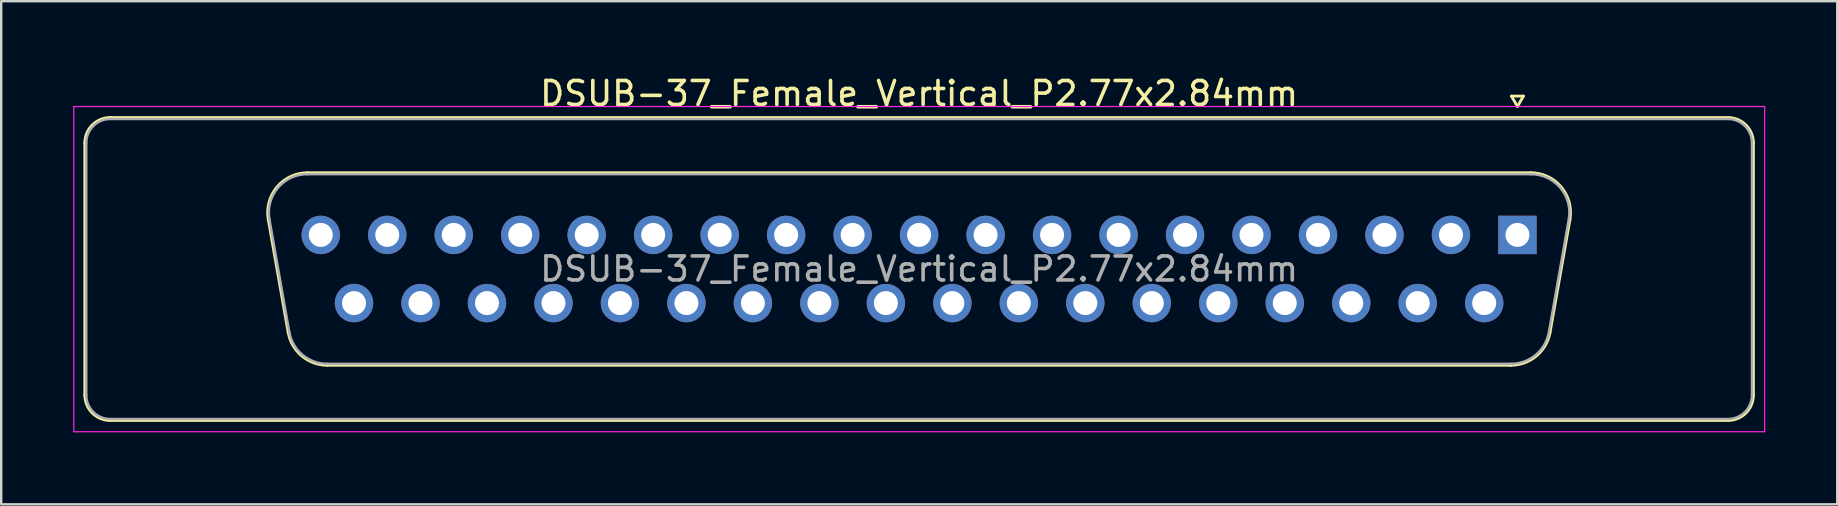
<source format=kicad_pcb>
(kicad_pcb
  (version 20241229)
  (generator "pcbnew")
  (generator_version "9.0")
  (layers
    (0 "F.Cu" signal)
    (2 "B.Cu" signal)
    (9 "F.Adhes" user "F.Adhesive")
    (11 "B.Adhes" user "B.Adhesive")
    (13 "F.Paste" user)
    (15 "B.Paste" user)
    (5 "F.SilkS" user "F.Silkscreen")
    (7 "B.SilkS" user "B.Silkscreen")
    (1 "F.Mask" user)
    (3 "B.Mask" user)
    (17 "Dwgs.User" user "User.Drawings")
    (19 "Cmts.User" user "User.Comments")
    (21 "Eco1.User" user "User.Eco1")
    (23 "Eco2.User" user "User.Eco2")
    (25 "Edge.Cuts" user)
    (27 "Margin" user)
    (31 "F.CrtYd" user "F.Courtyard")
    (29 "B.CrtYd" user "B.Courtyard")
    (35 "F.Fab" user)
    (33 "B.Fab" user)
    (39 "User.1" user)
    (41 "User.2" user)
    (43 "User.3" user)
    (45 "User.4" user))
  (footprint "DSUB-37_Female_Vertical_P2.77x2.84mm"
    (layer "F.Cu")
    (at 60.175 6.738)
    (property "Reference" "DSUB-37_Female_Vertical_P2.77x2.84mm" (at -24.93 -5.89 0) (layer "F.SilkS") (effects (font (size 1 1) (thickness 0.15))))
    (attr through_hole)
    (fp_line (start -59.69 6.67) (end -59.69 -3.83) (stroke (width 0.12) (type solid)) (layer "F.SilkS"))
    (fp_line (start -58.63 -4.89) (end 8.77 -4.89) (stroke (width 0.12) (type solid)) (layer "F.SilkS"))
    (fp_line (start -52.046 -0.642) (end -51.218 4.058) (stroke (width 0.12) (type solid)) (layer "F.SilkS"))
    (fp_line (start -50.412 -2.59) (end 0.552 -2.59) (stroke (width 0.12) (type solid)) (layer "F.SilkS"))
    (fp_line (start -49.583 5.43) (end -0.277 5.43) (stroke (width 0.12) (type solid)) (layer "F.SilkS"))
    (fp_line (start -0.25 -5.784) (end 0.25 -5.784) (stroke (width 0.12) (type solid)) (layer "F.SilkS"))
    (fp_line (start 0 -5.351) (end -0.25 -5.784) (stroke (width 0.12) (type solid)) (layer "F.SilkS"))
    (fp_line (start 0.25 -5.784) (end 0 -5.351) (stroke (width 0.12) (type solid)) (layer "F.SilkS"))
    (fp_line (start 2.186 -0.642) (end 1.358 4.058) (stroke (width 0.12) (type solid)) (layer "F.SilkS"))
    (fp_line (start 8.77 7.73) (end -58.63 7.73) (stroke (width 0.12) (type solid)) (layer "F.SilkS"))
    (fp_line (start 9.83 -3.83) (end 9.83 6.67) (stroke (width 0.12) (type solid)) (layer "F.SilkS"))
    (fp_arc (start -59.69 -3.83) (mid -59.379533 -4.579533) (end -58.63 -4.89) (stroke (width 0.12) (type solid)) (layer "F.SilkS"))
    (fp_arc (start -58.63 7.73) (mid -59.379533 7.419533) (end -59.69 6.67) (stroke (width 0.12) (type solid)) (layer "F.SilkS"))
    (fp_arc (start -52.04647 -0.641744) (mid -51.683323 -1.997028) (end -50.411689 -2.59) (stroke (width 0.12) (type solid)) (layer "F.SilkS"))
    (fp_arc (start -49.582952 5.43) (mid -50.649979 5.041634) (end -51.217733 4.058256) (stroke (width 0.12) (type solid)) (layer "F.SilkS"))
    (fp_arc (start 0.551689 -2.59) (mid 1.823323 -1.997027) (end 2.18647 -0.641744) (stroke (width 0.12) (type solid)) (layer "F.SilkS"))
    (fp_arc (start 1.357733 4.058256) (mid 0.78998 5.041634) (end -0.277048 5.43) (stroke (width 0.12) (type solid)) (layer "F.SilkS"))
    (fp_arc (start 8.77 -4.89) (mid 9.519533 -4.579533) (end 9.83 -3.83) (stroke (width 0.12) (type solid)) (layer "F.SilkS"))
    (fp_arc (start 9.83 6.67) (mid 9.519533 7.419533) (end 8.77 7.73) (stroke (width 0.12) (type solid)) (layer "F.SilkS"))
    (fp_line (start -60.15 -5.35) (end -60.15 8.2) (stroke (width 0.05) (type solid)) (layer "F.CrtYd"))
    (fp_line (start -60.15 8.2) (end 10.3 8.2) (stroke (width 0.05) (type solid)) (layer "F.CrtYd"))
    (fp_line (start 10.3 -5.35) (end -60.15 -5.35) (stroke (width 0.05) (type solid)) (layer "F.CrtYd"))
    (fp_line (start 10.3 8.2) (end 10.3 -5.35) (stroke (width 0.05) (type solid)) (layer "F.CrtYd"))
    (fp_line (start -59.63 6.67) (end -59.63 -3.83) (stroke (width 0.1) (type solid)) (layer "F.Fab"))
    (fp_line (start -58.63 -4.83) (end 8.77 -4.83) (stroke (width 0.1) (type solid)) (layer "F.Fab"))
    (fp_line (start -51.999 -0.652) (end -51.17 4.048) (stroke (width 0.1) (type solid)) (layer "F.Fab"))
    (fp_line (start -50.423 -2.53) (end 0.563 -2.53) (stroke (width 0.1) (type solid)) (layer "F.Fab"))
    (fp_line (start -49.594 5.37) (end -0.266 5.37) (stroke (width 0.1) (type solid)) (layer "F.Fab"))
    (fp_line (start 2.139 -0.652) (end 1.31 4.048) (stroke (width 0.1) (type solid)) (layer "F.Fab"))
    (fp_line (start 8.77 7.67) (end -58.63 7.67) (stroke (width 0.1) (type solid)) (layer "F.Fab"))
    (fp_line (start 9.77 -3.83) (end 9.77 6.67) (stroke (width 0.1) (type solid)) (layer "F.Fab"))
    (fp_arc (start -59.63 -3.83) (mid -59.337107 -4.537107) (end -58.63 -4.83) (stroke (width 0.1) (type solid)) (layer "F.Fab"))
    (fp_arc (start -58.63 7.67) (mid -59.337107 7.377107) (end -59.63 6.67) (stroke (width 0.1) (type solid)) (layer "F.Fab"))
    (fp_arc (start -51.998886 -0.652163) (mid -51.648865 -1.95846) (end -50.423194 -2.53) (stroke (width 0.1) (type solid)) (layer "F.Fab"))
    (fp_arc (start -49.594457 5.37) (mid -50.622917 4.995671) (end -51.170149 4.047837) (stroke (width 0.1) (type solid)) (layer "F.Fab"))
    (fp_arc (start 0.563194 -2.53) (mid 1.788865 -1.95846) (end 2.138886 -0.652163) (stroke (width 0.1) (type solid)) (layer "F.Fab"))
    (fp_arc (start 1.310149 4.047837) (mid 0.762917 4.995671) (end -0.265543 5.37) (stroke (width 0.1) (type solid)) (layer "F.Fab"))
    (fp_arc (start 8.77 -4.83) (mid 9.477107 -4.537107) (end 9.77 -3.83) (stroke (width 0.1) (type solid)) (layer "F.Fab"))
    (fp_arc (start 9.77 6.67) (mid 9.477107 7.377107) (end 8.77 7.67) (stroke (width 0.1) (type solid)) (layer "F.Fab"))
    (fp_text user "${REFERENCE}" (at -24.93 1.42 0) (layer "F.Fab") (effects (font (size 1 1) (thickness 0.15))))
    (pad "1" thru_hole rect (at 0 0) (size 1.6 1.6) (drill 1) (layers "*.Cu" "*.Mask"))
    (pad "2" thru_hole circle (at -2.77 0) (size 1.6 1.6) (drill 1) (layers "*.Cu" "*.Mask"))
    (pad "3" thru_hole circle (at -5.54 0) (size 1.6 1.6) (drill 1) (layers "*.Cu" "*.Mask"))
    (pad "4" thru_hole circle (at -8.31 0) (size 1.6 1.6) (drill 1) (layers "*.Cu" "*.Mask"))
    (pad "5" thru_hole circle (at -11.08 0) (size 1.6 1.6) (drill 1) (layers "*.Cu" "*.Mask"))
    (pad "6" thru_hole circle (at -13.85 0) (size 1.6 1.6) (drill 1) (layers "*.Cu" "*.Mask"))
    (pad "7" thru_hole circle (at -16.62 0) (size 1.6 1.6) (drill 1) (layers "*.Cu" "*.Mask"))
    (pad "8" thru_hole circle (at -19.39 0) (size 1.6 1.6) (drill 1) (layers "*.Cu" "*.Mask"))
    (pad "9" thru_hole circle (at -22.16 0) (size 1.6 1.6) (drill 1) (layers "*.Cu" "*.Mask"))
    (pad "10" thru_hole circle (at -24.93 0) (size 1.6 1.6) (drill 1) (layers "*.Cu" "*.Mask"))
    (pad "11" thru_hole circle (at -27.7 0) (size 1.6 1.6) (drill 1) (layers "*.Cu" "*.Mask"))
    (pad "12" thru_hole circle (at -30.47 0) (size 1.6 1.6) (drill 1) (layers "*.Cu" "*.Mask"))
    (pad "13" thru_hole circle (at -33.24 0) (size 1.6 1.6) (drill 1) (layers "*.Cu" "*.Mask"))
    (pad "14" thru_hole circle (at -36.01 0) (size 1.6 1.6) (drill 1) (layers "*.Cu" "*.Mask"))
    (pad "15" thru_hole circle (at -38.78 0) (size 1.6 1.6) (drill 1) (layers "*.Cu" "*.Mask"))
    (pad "16" thru_hole circle (at -41.55 0) (size 1.6 1.6) (drill 1) (layers "*.Cu" "*.Mask"))
    (pad "17" thru_hole circle (at -44.32 0) (size 1.6 1.6) (drill 1) (layers "*.Cu" "*.Mask"))
    (pad "18" thru_hole circle (at -47.09 0) (size 1.6 1.6) (drill 1) (layers "*.Cu" "*.Mask"))
    (pad "19" thru_hole circle (at -49.86 0) (size 1.6 1.6) (drill 1) (layers "*.Cu" "*.Mask"))
    (pad "20" thru_hole circle (at -1.385 2.84) (size 1.6 1.6) (drill 1) (layers "*.Cu" "*.Mask"))
    (pad "21" thru_hole circle (at -4.155 2.84) (size 1.6 1.6) (drill 1) (layers "*.Cu" "*.Mask"))
    (pad "22" thru_hole circle (at -6.925 2.84) (size 1.6 1.6) (drill 1) (layers "*.Cu" "*.Mask"))
    (pad "23" thru_hole circle (at -9.695 2.84) (size 1.6 1.6) (drill 1) (layers "*.Cu" "*.Mask"))
    (pad "24" thru_hole circle (at -12.465 2.84) (size 1.6 1.6) (drill 1) (layers "*.Cu" "*.Mask"))
    (pad "25" thru_hole circle (at -15.235 2.84) (size 1.6 1.6) (drill 1) (layers "*.Cu" "*.Mask"))
    (pad "26" thru_hole circle (at -18.005 2.84) (size 1.6 1.6) (drill 1) (layers "*.Cu" "*.Mask"))
    (pad "27" thru_hole circle (at -20.775 2.84) (size 1.6 1.6) (drill 1) (layers "*.Cu" "*.Mask"))
    (pad "28" thru_hole circle (at -23.545 2.84) (size 1.6 1.6) (drill 1) (layers "*.Cu" "*.Mask"))
    (pad "29" thru_hole circle (at -26.315 2.84) (size 1.6 1.6) (drill 1) (layers "*.Cu" "*.Mask"))
    (pad "30" thru_hole circle (at -29.085 2.84) (size 1.6 1.6) (drill 1) (layers "*.Cu" "*.Mask"))
    (pad "31" thru_hole circle (at -31.855 2.84) (size 1.6 1.6) (drill 1) (layers "*.Cu" "*.Mask"))
    (pad "32" thru_hole circle (at -34.625 2.84) (size 1.6 1.6) (drill 1) (layers "*.Cu" "*.Mask"))
    (pad "33" thru_hole circle (at -37.395 2.84) (size 1.6 1.6) (drill 1) (layers "*.Cu" "*.Mask"))
    (pad "34" thru_hole circle (at -40.165 2.84) (size 1.6 1.6) (drill 1) (layers "*.Cu" "*.Mask"))
    (pad "35" thru_hole circle (at -42.935 2.84) (size 1.6 1.6) (drill 1) (layers "*.Cu" "*.Mask"))
    (pad "36" thru_hole circle (at -45.705 2.84) (size 1.6 1.6) (drill 1) (layers "*.Cu" "*.Mask"))
    (pad "37" thru_hole circle (at -48.475 2.84) (size 1.6 1.6) (drill 1) (layers "*.Cu" "*.Mask")))
  (gr_rect
    (start -3 -3)
    (end 73.5 17.963)
    (stroke (width 0.1) (type default))
    (fill no)
    (layer "Edge.Cuts")))
</source>
